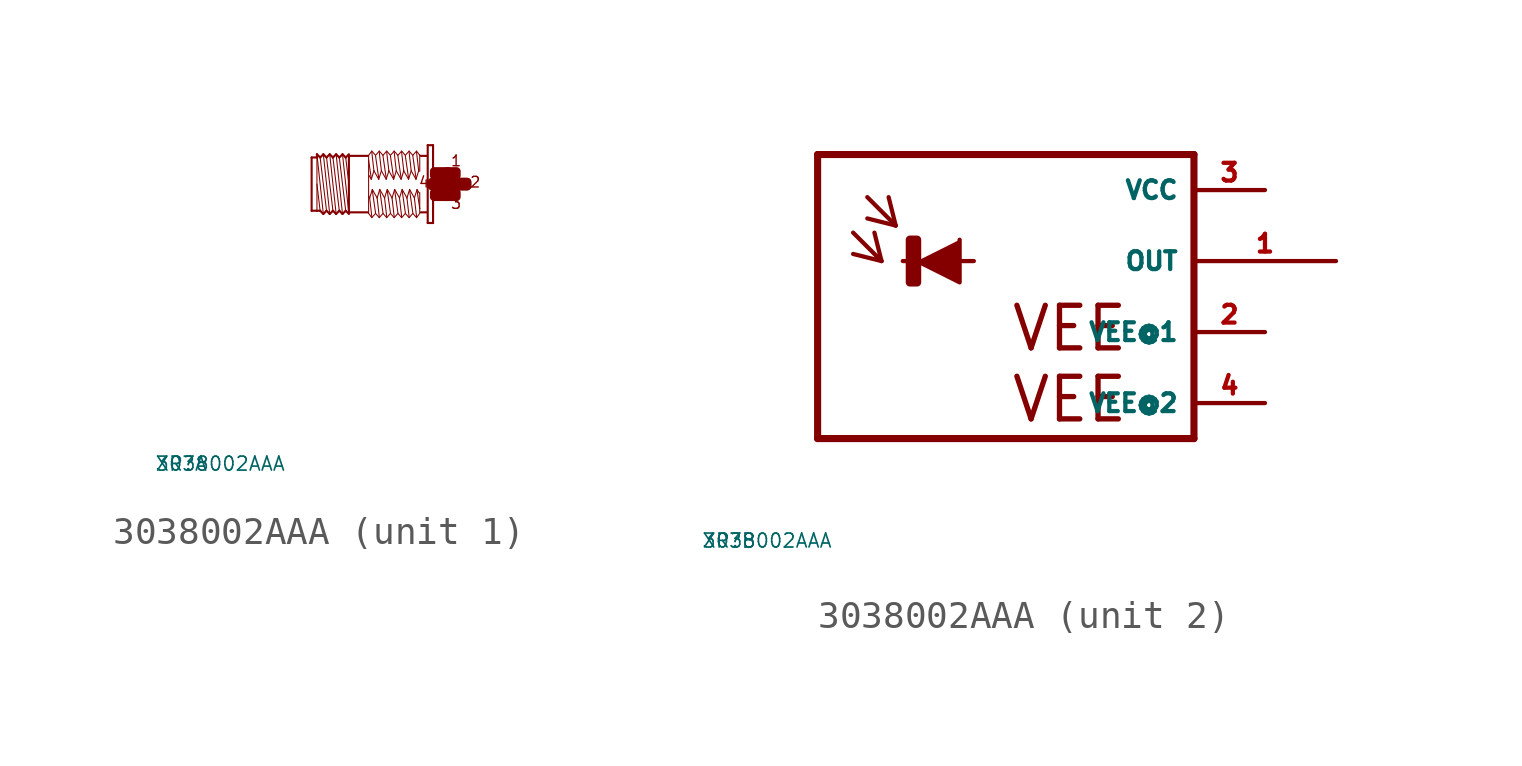
<source format=kicad_sym>
(kicad_symbol_lib
  (version 20220914)
  (generator Eagle2Kicad)
  (symbol "3038002AAA"
    (property "Reference" "XR"
      (at -10 -10 0)
      (effects (font (size 0.5 0.5) (thickness 0.06)) (justify left)))
    (property "Value" "3038002AAA"
      (at -10 -10 0)
      (effects (font (size 0.5 0.5) (thickness 0.06)) (justify left)))
    (symbol "3038002AAA_1_0"
      (polyline (pts (xy -3.048 -1.067) (xy -3.277 1.067)) (stroke (width 0.038) (type default)) (fill (type none)))
      (polyline (pts (xy -3.162 0.953) (xy -3.048 0)) (stroke (width 0.038) (type default)) (fill (type none)))
      (polyline (pts (xy -3.162 -0.953) (xy -3.391 0.953)) (stroke (width 0.038) (type default)) (fill (type none)))
      (polyline (pts (xy -3.277 -1.067) (xy -3.505 1.067)) (stroke (width 0.038) (type default)) (fill (type none)))
      (polyline (pts (xy -3.391 -0.953) (xy -3.619 0.953)) (stroke (width 0.038) (type default)) (fill (type none)))
      (polyline (pts (xy -3.505 -1.067) (xy -3.734 1.067)) (stroke (width 0.038) (type default)) (fill (type none)))
      (polyline (pts (xy -3.619 -0.953) (xy -3.848 0.953)) (stroke (width 0.038) (type default)) (fill (type none)))
      (polyline (pts (xy -3.734 -1.067) (xy -3.962 1.067)) (stroke (width 0.038) (type default)) (fill (type none)))
      (polyline (pts (xy -3.848 -0.953) (xy -4.077 0.953)) (stroke (width 0.038) (type default)) (fill (type none)))
      (polyline (pts (xy -3.962 -1.067) (xy -4.191 1.067)) (stroke (width 0.038) (type default)) (fill (type none)))
      (polyline (pts (xy -4.191 0) (xy -4.077 -0.953)) (stroke (width 0.038) (type default)) (fill (type none)))
      (polyline (pts (xy -4.191 1.029) (xy -4.191 0.953)) (stroke (width 0.038) (type default)) (fill (type none)))
      (polyline (pts (xy -4.191 0.953) (xy -4.191 -0.953)) (stroke (width 0.038) (type default)) (fill (type none)))
      (polyline (pts (xy -4.381 -0.953) (xy -4.381 0.953)) (stroke (width 0.076) (type default)) (fill (type none)))
      (polyline (pts (xy -4.381 0.953) (xy -4.191 0.953)) (stroke (width 0.076) (type default)) (fill (type none)))
      (polyline (pts (xy -4.191 0.953) (xy -4.191 1.067)) (stroke (width 0.076) (type default)) (fill (type none)))
      (polyline (pts (xy -4.191 1.067) (xy -4.077 0.953)) (stroke (width 0.076) (type default)) (fill (type none)))
      (polyline (pts (xy -4.077 0.953) (xy -3.962 1.067)) (stroke (width 0.076) (type default)) (fill (type none)))
      (polyline (pts (xy -3.962 1.067) (xy -3.848 0.953)) (stroke (width 0.076) (type default)) (fill (type none)))
      (polyline (pts (xy -3.848 0.953) (xy -3.734 1.067)) (stroke (width 0.076) (type default)) (fill (type none)))
      (polyline (pts (xy -3.734 1.067) (xy -3.619 0.953)) (stroke (width 0.076) (type default)) (fill (type none)))
      (polyline (pts (xy -3.619 0.953) (xy -3.505 1.067)) (stroke (width 0.076) (type default)) (fill (type none)))
      (polyline (pts (xy -3.277 1.067) (xy -3.162 0.953)) (stroke (width 0.076) (type default)) (fill (type none)))
      (polyline (pts (xy -3.162 0.953) (xy -3.048 1.067)) (stroke (width 0.076) (type default)) (fill (type none)))
      (polyline (pts (xy -3.048 -1.067) (xy -3.162 -0.953)) (stroke (width 0.076) (type default)) (fill (type none)))
      (polyline (pts (xy -3.162 -0.953) (xy -3.277 -1.067)) (stroke (width 0.076) (type default)) (fill (type none)))
      (polyline (pts (xy -3.277 -1.067) (xy -3.391 -0.953)) (stroke (width 0.076) (type default)) (fill (type none)))
      (polyline (pts (xy -3.391 -0.953) (xy -3.505 -1.067)) (stroke (width 0.076) (type default)) (fill (type none)))
      (polyline (pts (xy -3.505 -1.067) (xy -3.619 -0.953)) (stroke (width 0.076) (type default)) (fill (type none)))
      (polyline (pts (xy -3.619 -0.953) (xy -3.734 -1.067)) (stroke (width 0.076) (type default)) (fill (type none)))
      (polyline (pts (xy -3.734 -1.067) (xy -3.848 -0.953)) (stroke (width 0.076) (type default)) (fill (type none)))
      (polyline (pts (xy -3.848 -0.953) (xy -3.962 -1.067)) (stroke (width 0.076) (type default)) (fill (type none)))
      (polyline (pts (xy -3.962 -1.067) (xy -4.077 -0.953)) (stroke (width 0.076) (type default)) (fill (type none)))
      (polyline (pts (xy -4.077 -0.953) (xy -4.191 -0.953)) (stroke (width 0.076) (type default)) (fill (type none)))
      (polyline (pts (xy -4.191 -0.953) (xy -4.381 -0.953)) (stroke (width 0.076) (type default)) (fill (type none)))
      (polyline (pts (xy -3.048 1.029) (xy -3.048 1.01)) (stroke (width 0.076) (type default)) (fill (type none)))
      (polyline (pts (xy -3.048 1.01) (xy -3.048 -1.01)) (stroke (width 0.076) (type default)) (fill (type none)))
      (polyline (pts (xy -3.048 -1.01) (xy -3.048 -1.029)) (stroke (width 0.076) (type default)) (fill (type none)))
      (polyline (pts (xy -0.038 1.391) (xy -0.038 -1.391)) (stroke (width 0.076) (type default)) (fill (type none)))
      (polyline (pts (xy -0.038 -1.391) (xy -0.229 -1.391)) (stroke (width 0.076) (type default)) (fill (type none)))
      (polyline (pts (xy -0.229 -1.391) (xy -0.229 1.391)) (stroke (width 0.076) (type default)) (fill (type none)))
      (polyline (pts (xy -0.229 1.391) (xy -0.038 1.391)) (stroke (width 0.076) (type default)) (fill (type none)))
      (polyline (pts (xy -0.267 1.01) (xy -0.476 1.01)) (stroke (width 0.076) (type default)) (fill (type none)))
      (polyline (pts (xy -0.267 -1.01) (xy -0.476 -1.01)) (stroke (width 0.076) (type default)) (fill (type none)))
      (polyline (pts (xy -2.381 -1.01) (xy -3.048 -1.01)) (stroke (width 0.076) (type default)) (fill (type none)))
      (polyline (pts (xy -3.048 1.01) (xy -2.381 1.01)) (stroke (width 0.076) (type default)) (fill (type none)))
      (polyline (pts (xy -0.514 -1.048) (xy -0.629 -1.2)) (stroke (width 0.038) (type default)) (fill (type none)))
      (polyline (pts (xy -0.629 -1.2) (xy -0.762 -1.048)) (stroke (width 0.038) (type default)) (fill (type none)))
      (polyline (pts (xy -0.762 -1.048) (xy -0.895 -1.2)) (stroke (width 0.038) (type default)) (fill (type none)))
      (polyline (pts (xy -0.895 -1.2) (xy -1.029 -1.048)) (stroke (width 0.038) (type default)) (fill (type none)))
      (polyline (pts (xy -1.029 -1.048) (xy -1.162 -1.2)) (stroke (width 0.038) (type default)) (fill (type none)))
      (polyline (pts (xy -1.162 -1.2) (xy -1.295 -1.048)) (stroke (width 0.038) (type default)) (fill (type none)))
      (polyline (pts (xy -1.295 -1.048) (xy -1.429 -1.2)) (stroke (width 0.038) (type default)) (fill (type none)))
      (polyline (pts (xy -1.429 -1.2) (xy -1.562 -1.048)) (stroke (width 0.038) (type default)) (fill (type none)))
      (polyline (pts (xy -1.562 -1.048) (xy -1.696 -1.2)) (stroke (width 0.038) (type default)) (fill (type none)))
      (polyline (pts (xy -1.696 -1.2) (xy -1.829 -1.048)) (stroke (width 0.038) (type default)) (fill (type none)))
      (polyline (pts (xy -1.829 -1.048) (xy -1.962 -1.2)) (stroke (width 0.038) (type default)) (fill (type none)))
      (polyline (pts (xy -1.962 -1.2) (xy -2.095 -1.048)) (stroke (width 0.038) (type default)) (fill (type none)))
      (polyline (pts (xy -2.095 -1.048) (xy -2.229 -1.2)) (stroke (width 0.038) (type default)) (fill (type none)))
      (polyline (pts (xy -2.229 -1.2) (xy -2.343 -1.048)) (stroke (width 0.038) (type default)) (fill (type none)))
      (polyline (pts (xy -2.343 -1.048) (xy -2.343 -0.419)) (stroke (width 0.038) (type default)) (fill (type none)))
      (polyline (pts (xy -2.343 -0.419) (xy -2.343 0.857)) (stroke (width 0.038) (type default)) (fill (type none)))
      (polyline (pts (xy -2.343 0.857) (xy -2.343 1.029)) (stroke (width 0.038) (type default)) (fill (type none)))
      (polyline (pts (xy -0.514 1.048) (xy -0.514 1.029)) (stroke (width 0.038) (type default)) (fill (type none)))
      (polyline (pts (xy -0.514 1.029) (xy -0.514 0.457)) (stroke (width 0.038) (type default)) (fill (type none)))
      (polyline (pts (xy -0.514 -0.305) (xy -0.514 -0.876)) (stroke (width 0.038) (type default)) (fill (type none)))
      (polyline (pts (xy -0.514 -0.876) (xy -0.514 -1.029)) (stroke (width 0.038) (type default)) (fill (type none)))
      (polyline (pts (xy -0.533 -0.324) (xy -0.61 -0.191)) (stroke (width 0.038) (type default)) (fill (type none)))
      (polyline (pts (xy -0.61 -0.191) (xy -0.705 -0.495)) (stroke (width 0.038) (type default)) (fill (type none)))
      (polyline (pts (xy -0.705 -0.495) (xy -0.876 -0.191)) (stroke (width 0.038) (type default)) (fill (type none)))
      (polyline (pts (xy -0.876 -0.191) (xy -0.972 -0.495)) (stroke (width 0.038) (type default)) (fill (type none)))
      (polyline (pts (xy -0.972 -0.495) (xy -1.143 -0.191)) (stroke (width 0.038) (type default)) (fill (type none)))
      (polyline (pts (xy -1.143 -0.191) (xy -1.238 -0.495)) (stroke (width 0.038) (type default)) (fill (type none)))
      (polyline (pts (xy -1.238 -0.495) (xy -1.41 -0.191)) (stroke (width 0.038) (type default)) (fill (type none)))
      (polyline (pts (xy -1.41 -0.191) (xy -1.505 -0.495)) (stroke (width 0.038) (type default)) (fill (type none)))
      (polyline (pts (xy -1.505 -0.495) (xy -1.676 -0.191)) (stroke (width 0.038) (type default)) (fill (type none)))
      (polyline (pts (xy -1.676 -0.191) (xy -1.772 -0.495)) (stroke (width 0.038) (type default)) (fill (type none)))
      (polyline (pts (xy -1.772 -0.495) (xy -1.943 -0.191)) (stroke (width 0.038) (type default)) (fill (type none)))
      (polyline (pts (xy -1.943 -0.191) (xy -2.038 -0.495)) (stroke (width 0.038) (type default)) (fill (type none)))
      (polyline (pts (xy -2.038 -0.495) (xy -2.21 -0.191)) (stroke (width 0.038) (type default)) (fill (type none)))
      (polyline (pts (xy -2.21 -0.191) (xy -2.305 -0.495)) (stroke (width 0.038) (type default)) (fill (type none)))
      (polyline (pts (xy -2.305 -0.495) (xy -2.343 -0.419)) (stroke (width 0.038) (type default)) (fill (type none)))
      (polyline (pts (xy -2.229 -1.162) (xy -2.305 -0.495)) (stroke (width 0.038) (type default)) (fill (type none)))
      (polyline (pts (xy -2.095 -1.029) (xy -2.21 -0.229)) (stroke (width 0.038) (type default)) (fill (type none)))
      (polyline (pts (xy -1.962 -1.162) (xy -2.038 -0.495)) (stroke (width 0.038) (type default)) (fill (type none)))
      (polyline (pts (xy -1.829 -1.029) (xy -1.943 -0.229)) (stroke (width 0.038) (type default)) (fill (type none)))
      (polyline (pts (xy -1.562 -1.029) (xy -1.676 -0.229)) (stroke (width 0.038) (type default)) (fill (type none)))
      (polyline (pts (xy -1.429 -1.162) (xy -1.505 -0.495)) (stroke (width 0.038) (type default)) (fill (type none)))
      (polyline (pts (xy -1.295 -1.029) (xy -1.41 -0.229)) (stroke (width 0.038) (type default)) (fill (type none)))
      (polyline (pts (xy -1.162 -1.162) (xy -1.238 -0.495)) (stroke (width 0.038) (type default)) (fill (type none)))
      (polyline (pts (xy -1.029 -1.029) (xy -1.143 -0.229)) (stroke (width 0.038) (type default)) (fill (type none)))
      (polyline (pts (xy -0.895 -1.162) (xy -0.972 -0.495)) (stroke (width 0.038) (type default)) (fill (type none)))
      (polyline (pts (xy -0.762 -1.029) (xy -0.876 -0.229)) (stroke (width 0.038) (type default)) (fill (type none)))
      (polyline (pts (xy -0.629 -1.162) (xy -0.705 -0.495)) (stroke (width 0.038) (type default)) (fill (type none)))
      (polyline (pts (xy -0.514 -0.876) (xy -0.61 -0.229)) (stroke (width 0.038) (type default)) (fill (type none)))
      (polyline (pts (xy -2.343 1.029) (xy -2.229 1.181)) (stroke (width 0.038) (type default)) (fill (type none)))
      (polyline (pts (xy -2.229 1.181) (xy -2.095 1.029)) (stroke (width 0.038) (type default)) (fill (type none)))
      (polyline (pts (xy -2.095 1.029) (xy -1.962 1.181)) (stroke (width 0.038) (type default)) (fill (type none)))
      (polyline (pts (xy -1.962 1.181) (xy -1.829 1.029)) (stroke (width 0.038) (type default)) (fill (type none)))
      (polyline (pts (xy -1.829 1.029) (xy -1.696 1.181)) (stroke (width 0.038) (type default)) (fill (type none)))
      (polyline (pts (xy -1.696 1.181) (xy -1.562 1.029)) (stroke (width 0.038) (type default)) (fill (type none)))
      (polyline (pts (xy -1.562 1.029) (xy -1.429 1.181)) (stroke (width 0.038) (type default)) (fill (type none)))
      (polyline (pts (xy -1.429 1.181) (xy -1.295 1.029)) (stroke (width 0.038) (type default)) (fill (type none)))
      (polyline (pts (xy -1.295 1.029) (xy -1.162 1.181)) (stroke (width 0.038) (type default)) (fill (type none)))
      (polyline (pts (xy -1.162 1.181) (xy -1.029 1.029)) (stroke (width 0.038) (type default)) (fill (type none)))
      (polyline (pts (xy -1.029 1.029) (xy -0.895 1.181)) (stroke (width 0.038) (type default)) (fill (type none)))
      (polyline (pts (xy -0.895 1.181) (xy -0.762 1.029)) (stroke (width 0.038) (type default)) (fill (type none)))
      (polyline (pts (xy -0.762 1.029) (xy -0.629 1.181)) (stroke (width 0.038) (type default)) (fill (type none)))
      (polyline (pts (xy -0.629 1.181) (xy -0.514 1.029)) (stroke (width 0.038) (type default)) (fill (type none)))
      (polyline (pts (xy -2.324 0.305) (xy -2.248 0.172)) (stroke (width 0.038) (type default)) (fill (type none)))
      (polyline (pts (xy -2.248 0.172) (xy -2.153 0.476)) (stroke (width 0.038) (type default)) (fill (type none)))
      (polyline (pts (xy -2.153 0.476) (xy -1.981 0.172)) (stroke (width 0.038) (type default)) (fill (type none)))
      (polyline (pts (xy -1.981 0.172) (xy -1.886 0.476)) (stroke (width 0.038) (type default)) (fill (type none)))
      (polyline (pts (xy -1.886 0.476) (xy -1.714 0.172)) (stroke (width 0.038) (type default)) (fill (type none)))
      (polyline (pts (xy -1.714 0.172) (xy -1.619 0.476)) (stroke (width 0.038) (type default)) (fill (type none)))
      (polyline (pts (xy -1.619 0.476) (xy -1.448 0.172)) (stroke (width 0.038) (type default)) (fill (type none)))
      (polyline (pts (xy -1.448 0.172) (xy -1.353 0.476)) (stroke (width 0.038) (type default)) (fill (type none)))
      (polyline (pts (xy -1.353 0.476) (xy -1.181 0.172)) (stroke (width 0.038) (type default)) (fill (type none)))
      (polyline (pts (xy -1.181 0.172) (xy -1.086 0.476)) (stroke (width 0.038) (type default)) (fill (type none)))
      (polyline (pts (xy -1.086 0.476) (xy -0.914 0.172)) (stroke (width 0.038) (type default)) (fill (type none)))
      (polyline (pts (xy -0.914 0.172) (xy -0.819 0.476)) (stroke (width 0.038) (type default)) (fill (type none)))
      (polyline (pts (xy -0.819 0.476) (xy -0.648 0.172)) (stroke (width 0.038) (type default)) (fill (type none)))
      (polyline (pts (xy -0.648 0.172) (xy -0.552 0.476)) (stroke (width 0.038) (type default)) (fill (type none)))
      (polyline (pts (xy -0.629 1.143) (xy -0.552 0.476)) (stroke (width 0.038) (type default)) (fill (type none)))
      (polyline (pts (xy -0.762 1.01) (xy -0.648 0.21)) (stroke (width 0.038) (type default)) (fill (type none)))
      (polyline (pts (xy -0.895 1.143) (xy -0.819 0.476)) (stroke (width 0.038) (type default)) (fill (type none)))
      (polyline (pts (xy -1.029 1.01) (xy -0.914 0.21)) (stroke (width 0.038) (type default)) (fill (type none)))
      (polyline (pts (xy -1.162 1.143) (xy -1.086 0.476)) (stroke (width 0.038) (type default)) (fill (type none)))
      (polyline (pts (xy -1.295 1.01) (xy -1.181 0.21)) (stroke (width 0.038) (type default)) (fill (type none)))
      (polyline (pts (xy -1.429 1.143) (xy -1.353 0.476)) (stroke (width 0.038) (type default)) (fill (type none)))
      (polyline (pts (xy -1.562 1.01) (xy -1.448 0.21)) (stroke (width 0.038) (type default)) (fill (type none)))
      (polyline (pts (xy -1.696 1.143) (xy -1.619 0.476)) (stroke (width 0.038) (type default)) (fill (type none)))
      (polyline (pts (xy -1.829 1.01) (xy -1.714 0.21)) (stroke (width 0.038) (type default)) (fill (type none)))
      (polyline (pts (xy -1.962 1.143) (xy -1.886 0.476)) (stroke (width 0.038) (type default)) (fill (type none)))
      (polyline (pts (xy -2.095 1.01) (xy -1.981 0.21)) (stroke (width 0.038) (type default)) (fill (type none)))
      (polyline (pts (xy -2.229 1.143) (xy -2.153 0.476)) (stroke (width 0.038) (type default)) (fill (type none)))
      (polyline (pts (xy -2.343 0.857) (xy -2.248 0.21)) (stroke (width 0.038) (type default)) (fill (type none)))
      (polyline (pts (xy -1.696 -1.162) (xy -1.772 -0.495)) (stroke (width 0.038) (type default)) (fill (type none)))
      (polyline (pts (xy -3.277 1.067) (xy -3.391 0.953)) (stroke (width 0.076) (type default)) (fill (type none)))
      (polyline (pts (xy -3.391 0.953) (xy -3.505 1.067)) (stroke (width 0.076) (type default)) (fill (type none)))
      (text "1" (at 0.572 0.61 0) (effects (font (size 0.381 0.381) (thickness 0.05)) (justify left bottom)))
      (text "3" (at 0.572 -0.914 0) (effects (font (size 0.381 0.381) (thickness 0.05)) (justify left bottom)))
      (text "2" (at 1.257 -0.152 0) (effects (font (size 0.381 0.381) (thickness 0.05)) (justify left bottom)))
      (text "4" (at -0.572 -0.152 0) (effects (font (size 0.381 0.381) (thickness 0.05)) (justify left bottom)))
      (rectangle (start 0 -0.457) (end 0.495 -0.305) (stroke (width 0.3) (type default)) (fill (type outline)))
      (rectangle (start 0.457 -0.457) (end 0.8 -0.305) (stroke (width 0.3) (type default)) (fill (type outline)))
      (rectangle (start 0.838 -0.076) (end 1.181 0.076) (stroke (width 0.3) (type default)) (fill (type outline)))
      (rectangle (start 0.457 0.305) (end 0.8 0.457) (stroke (width 0.3) (type default)) (fill (type outline)))
      (rectangle (start 0 0.305) (end 0.495 0.457) (stroke (width 0.3) (type default)) (fill (type outline)))
      (rectangle (start 0.419 -0.076) (end 0.762 0.076) (stroke (width 0.3) (type default)) (fill (type outline)))
      (rectangle (start 0.076 -0.076) (end 0.419 0.076) (stroke (width 0.3) (type default)) (fill (type outline)))
      (rectangle (start -0.076 -0.076) (end 0.152 0.076) (stroke (width 0.3) (type default)) (fill (type outline)))
      (rectangle (start 0.762 -0.076) (end 0.838 0.076) (stroke (width 0.3) (type default)) (fill (type outline)))
      (rectangle (start 0.838 -0.076) (end 1.181 0.076) (stroke (width 0.3) (type default)) (fill (type outline))))
    (symbol "3038002AAA_2_0"
      (polyline (pts (xy -2.286 0) (xy -0.762 -0.762) (xy -0.762 0.762)) (stroke (width 0.152) (type default)) (fill (type outline)))
      (polyline (pts (xy -4.572 1.016) (xy -3.556 0)) (stroke (width 0.152) (type default)) (fill (type none)))
      (polyline (pts (xy -3.556 0) (xy -3.81 1.016)) (stroke (width 0.152) (type default)) (fill (type none)))
      (polyline (pts (xy -3.556 0) (xy -4.572 0.254)) (stroke (width 0.152) (type default)) (fill (type none)))
      (polyline (pts (xy -4.064 2.286) (xy -3.048 1.27)) (stroke (width 0.152) (type default)) (fill (type none)))
      (polyline (pts (xy -3.048 1.27) (xy -3.302 2.286)) (stroke (width 0.152) (type default)) (fill (type none)))
      (polyline (pts (xy -3.048 1.27) (xy -4.064 1.524)) (stroke (width 0.152) (type default)) (fill (type none)))
      (polyline (pts (xy 7.62 3.81) (xy 7.62 -6.35)) (stroke (width 0.254) (type default)) (fill (type none)))
      (polyline (pts (xy 7.62 -6.35) (xy -5.842 -6.35)) (stroke (width 0.254) (type default)) (fill (type none)))
      (polyline (pts (xy -5.842 -6.35) (xy -5.842 3.81)) (stroke (width 0.254) (type default)) (fill (type none)))
      (polyline (pts (xy -5.842 3.81) (xy 7.62 3.81)) (stroke (width 0.254) (type default)) (fill (type none)))
      (polyline (pts (xy -2.794 0) (xy -0.254 0)) (stroke (width 0.152) (type default)) (fill (type none)))
      (text "VEE" (at 1.016 -3.302 0) (effects (font (size 1.524 1.524) (thickness 0.19)) (justify left bottom)))
      (text "VEE" (at 1.016 -5.842 0) (effects (font (size 1.524 1.524) (thickness 0.19)) (justify left bottom)))
      (rectangle (start -2.54 -0.762) (end -2.286 0.762) (stroke (width 0.3) (type default)) (fill (type outline)))
      (pin unspecified line (at 10.16 2.54 180) (length 2.54) (name "VCC" (effects (font (size 0.635 0.635) (thickness 0.08)) (justify left bottom))) (number "3" (effects (font (size 0.635 0.635) (thickness 0.08)) (justify left bottom))))
      (pin unspecified line (at 10.16 -2.54 180) (length 2.54) (name "VEE@1" (effects (font (size 0.635 0.635) (thickness 0.08)) (justify left bottom))) (number "2" (effects (font (size 0.635 0.635) (thickness 0.08)) (justify left bottom))))
      (pin output line (at 12.7 0 180) (length 5.08) (name "OUT" (effects (font (size 0.635 0.635) (thickness 0.08)) (justify left bottom))) (number "1" (effects (font (size 0.635 0.635) (thickness 0.08)) (justify left bottom))))
      (pin unspecified line (at 10.16 -5.08 180) (length 2.54) (name "VEE@2" (effects (font (size 0.635 0.635) (thickness 0.08)) (justify left bottom))) (number "4" (effects (font (size 0.635 0.635) (thickness 0.08)) (justify left bottom)))))))
</source>
